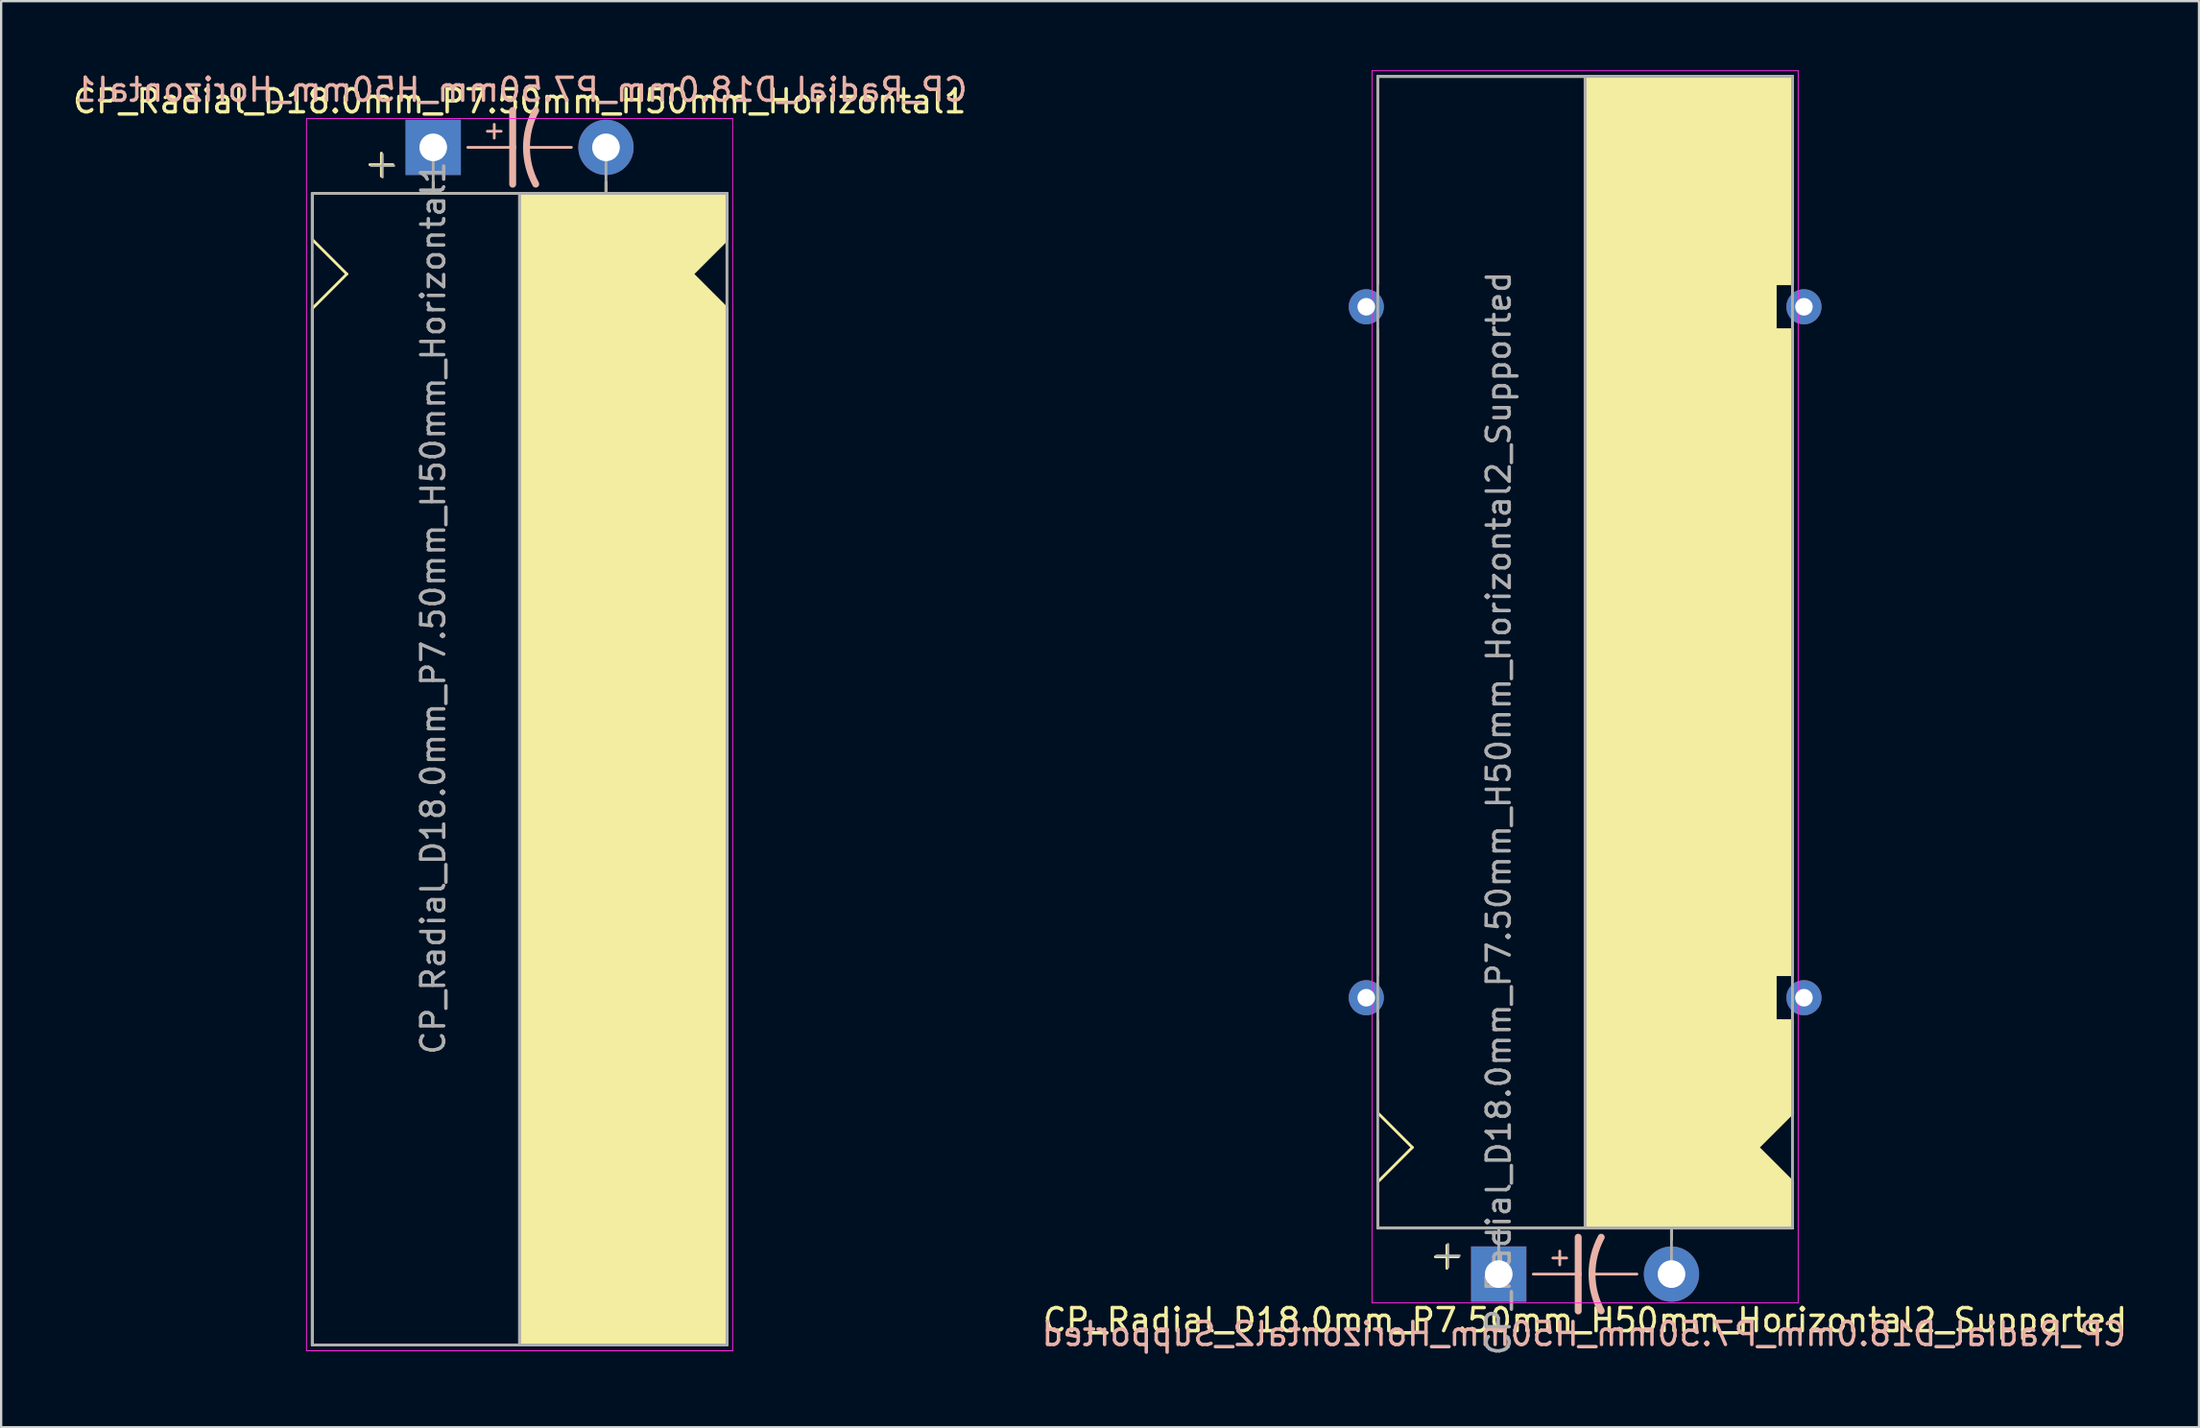
<source format=kicad_pcb>
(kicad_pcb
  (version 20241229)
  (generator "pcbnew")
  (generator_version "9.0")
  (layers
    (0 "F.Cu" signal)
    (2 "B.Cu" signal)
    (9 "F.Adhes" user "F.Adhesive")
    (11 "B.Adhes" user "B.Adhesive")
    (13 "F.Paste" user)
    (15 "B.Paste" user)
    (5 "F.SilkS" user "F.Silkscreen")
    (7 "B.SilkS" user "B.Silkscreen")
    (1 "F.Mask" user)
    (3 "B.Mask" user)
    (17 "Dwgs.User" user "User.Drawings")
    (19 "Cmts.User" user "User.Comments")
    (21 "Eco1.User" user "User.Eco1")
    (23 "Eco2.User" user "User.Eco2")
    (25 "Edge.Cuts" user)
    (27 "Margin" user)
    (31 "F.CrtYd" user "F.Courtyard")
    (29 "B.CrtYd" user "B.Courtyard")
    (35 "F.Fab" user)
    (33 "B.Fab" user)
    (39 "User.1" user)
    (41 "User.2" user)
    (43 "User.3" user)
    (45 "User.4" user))
  (footprint "CP_Radial_D18.0mm_P7.50mm_H50mm_Horizontal2_Supported"
    (layer "F.Cu")
    (at 62.011 52.27)
    (property "Reference" "CP_Radial_D18.0mm_P7.50mm_H50mm_Horizontal2_Supported" (at 3.75 2 0) (layer "F.SilkS") (effects (font (size 1 1) (thickness 0.15))))
    (fp_line (start -5.25 -52) (end 12.75 -52) (stroke (width 0.12) (type solid)) (layer "F.SilkS"))
    (fp_line (start -5.25 -43) (end -5.25 -52) (stroke (width 0.12) (type solid)) (layer "F.SilkS"))
    (fp_line (start -5.25 -13) (end -5.25 -41) (stroke (width 0.12) (type solid)) (layer "F.SilkS"))
    (fp_line (start -5.25 -11) (end -5.25 -7) (stroke (width 0.12) (type solid)) (layer "F.SilkS"))
    (fp_line (start -5.25 -7) (end -3.75 -5.5) (stroke (width 0.12) (type solid)) (layer "F.SilkS"))
    (fp_line (start -5.25 -4) (end -3.75 -5.5) (stroke (width 0.12) (type solid)) (layer "F.SilkS"))
    (fp_line (start -5.25 -2) (end -5.25 -4) (stroke (width 0.12) (type solid)) (layer "F.SilkS"))
    (fp_line (start -5.25 -2) (end 12.75 -2) (stroke (width 0.12) (type solid)) (layer "F.SilkS"))
    (fp_line (start -2.25 -1.25) (end -2.25 -0.25) (stroke (width 0.12) (type solid)) (layer "F.SilkS"))
    (fp_line (start -1.75 -0.75) (end -2.75 -0.75) (stroke (width 0.12) (type solid)) (layer "F.SilkS"))
    (fp_line (start 0 -1.5) (end 0 -2) (stroke (width 0.12) (type solid)) (layer "F.SilkS"))
    (fp_line (start 3.75 -2) (end 3.75 -52) (stroke (width 0.12) (type solid)) (layer "F.SilkS"))
    (fp_line (start 7.5 -1.5) (end 7.5 -2) (stroke (width 0.12) (type solid)) (layer "F.SilkS"))
    (fp_line (start 12 -43) (end 12.75 -43) (stroke (width 0.12) (type solid)) (layer "F.SilkS"))
    (fp_line (start 12 -41) (end 12 -43) (stroke (width 0.12) (type solid)) (layer "F.SilkS"))
    (fp_line (start 12 -13) (end 12.75 -13) (stroke (width 0.12) (type solid)) (layer "F.SilkS"))
    (fp_line (start 12 -11) (end 12 -13) (stroke (width 0.12) (type solid)) (layer "F.SilkS"))
    (fp_line (start 12.25 -11) (end 12 -11) (stroke (width 0.12) (type solid)) (layer "F.SilkS"))
    (fp_line (start 12.75 -43) (end 12.75 -52) (stroke (width 0.12) (type solid)) (layer "F.SilkS"))
    (fp_line (start 12.75 -41) (end 12 -41) (stroke (width 0.12) (type solid)) (layer "F.SilkS"))
    (fp_line (start 12.75 -13) (end 12.75 -41) (stroke (width 0.12) (type solid)) (layer "F.SilkS"))
    (fp_line (start 12.75 -11) (end 12.25 -11) (stroke (width 0.12) (type solid)) (layer "F.SilkS"))
    (fp_line (start 12.75 -11) (end 12.75 -7) (stroke (width 0.12) (type solid)) (layer "F.SilkS"))
    (fp_line (start 12.75 -7) (end 11.25 -5.5) (stroke (width 0.12) (type solid)) (layer "F.SilkS"))
    (fp_line (start 12.75 -4) (end 11.25 -5.5) (stroke (width 0.12) (type solid)) (layer "F.SilkS"))
    (fp_line (start 12.75 -2) (end 12.75 -4) (stroke (width 0.12) (type solid)) (layer "F.SilkS"))
    (fp_poly (pts (xy 12.75 -4) (xy 11.25 -5.5) (xy 12.75 -7) (xy 12.75 -11) (xy 12 -11) (xy 12 -13) (xy 12.75 -13) (xy 12.75 -41) (xy 12 -41) (xy 12 -43) (xy 12.75 -43) (xy 12.75 -52) (xy 3.75 -52) (xy 3.75 -2) (xy 12.75 -2)) (stroke (width 0.1) (type solid)) (fill yes) (layer "F.SilkS"))
    (fp_line (start 1.5 0) (end 3.45 0) (stroke (width 0.12) (type solid)) (layer "B.SilkS"))
    (fp_line (start 2.35 -0.7) (end 2.95 -0.7) (stroke (width 0.12) (type solid)) (layer "B.SilkS"))
    (fp_line (start 2.65 -0.4) (end 2.65 -1) (stroke (width 0.12) (type solid)) (layer "B.SilkS"))
    (fp_line (start 3.45 0) (end 3.45 -1.6) (stroke (width 0.3) (type solid)) (layer "B.SilkS"))
    (fp_line (start 3.45 0) (end 3.45 1.6) (stroke (width 0.3) (type solid)) (layer "B.SilkS"))
    (fp_line (start 6 0) (end 4.05 0) (stroke (width 0.12) (type solid)) (layer "B.SilkS"))
    (fp_arc (start 4.05 0) (mid 4.150512 -0.824872) (end 4.45 -1.6) (stroke (width 0.3) (type solid)) (layer "B.SilkS"))
    (fp_arc (start 4.45 1.596157) (mid 4.151652 0.822725) (end 4.05 0) (stroke (width 0.3) (type solid)) (layer "B.SilkS"))
    (fp_line (start -5.5 -52.25) (end 13 -52.25) (stroke (width 0.04) (type solid)) (layer "F.CrtYd"))
    (fp_line (start -5.5 1.25) (end -5.5 -52.25) (stroke (width 0.04) (type solid)) (layer "F.CrtYd"))
    (fp_line (start 13 -52.25) (end 13 1.25) (stroke (width 0.04) (type solid)) (layer "F.CrtYd"))
    (fp_line (start 13 1.25) (end -5.5 1.25) (stroke (width 0.04) (type solid)) (layer "F.CrtYd"))
    (fp_line (start -5.25 -52) (end 12.75 -52) (stroke (width 0.12) (type solid)) (layer "F.Fab"))
    (fp_line (start -5.25 -2) (end -5.25 -52) (stroke (width 0.12) (type solid)) (layer "F.Fab"))
    (fp_line (start -2.7 -0.8) (end -1.7 -0.8) (stroke (width 0.1) (type solid)) (layer "F.Fab"))
    (fp_line (start -2.2 -0.3) (end -2.2 -1.3) (stroke (width 0.1) (type solid)) (layer "F.Fab"))
    (fp_line (start 0 0) (end 0 -2) (stroke (width 0.12) (type solid)) (layer "F.Fab"))
    (fp_line (start 3.75 -2) (end 3.75 -52) (stroke (width 0.12) (type solid)) (layer "F.Fab"))
    (fp_line (start 7.5 0) (end 7.5 -2) (stroke (width 0.12) (type solid)) (layer "F.Fab"))
    (fp_line (start 12.75 -52) (end 12.75 -2) (stroke (width 0.12) (type solid)) (layer "F.Fab"))
    (fp_line (start 12.75 -2) (end -5.25 -2) (stroke (width 0.12) (type solid)) (layer "F.Fab"))
    (fp_poly (pts (xy 12.75 -52) (xy 3.75 -52) (xy 3.75 -2) (xy 12.75 -2)) (stroke (width 0.1) (type solid)) (fill no) (layer "F.Fab"))
    (fp_text user "${REFERENCE}" (at 3.7 2.6 0) (layer "B.SilkS") (effects (font (size 1 1) (thickness 0.15)) (justify mirror)))
    (fp_text user "${REFERENCE}" (at 0 -20 90) (layer "F.Fab") (effects (font (size 1 1) (thickness 0.15))))
    (pad "1" thru_hole rect (at 0 0) (size 2.4 2.4) (drill 1.2) (layers "*.Cu" "*.Mask"))
    (pad "2" thru_hole circle (at 7.5 0) (size 2.4 2.4) (drill 1.2) (layers "*.Cu" "*.Mask"))
    (pad "~" thru_hole circle (at -5.75 -42 180) (size 1.524 1.524) (drill 0.762) (layers "*.Cu" "*.Mask"))
    (pad "~" thru_hole circle (at -5.75 -12 180) (size 1.524 1.524) (drill 0.762) (layers "*.Cu" "*.Mask"))
    (pad "~" thru_hole circle (at 13.25 -42 180) (size 1.524 1.524) (drill 0.762) (layers "*.Cu" "*.Mask"))
    (pad "~" thru_hole circle (at 13.25 -12 180) (size 1.524 1.524) (drill 0.762) (layers "*.Cu" "*.Mask")))
  (footprint "CP_Radial_D18.0mm_P7.50mm_H50mm_Horizontal1"
    (layer "F.Cu")
    (at 15.756 3.348)
    (property "Reference" "CP_Radial_D18.0mm_P7.50mm_H50mm_Horizontal1" (at 3.75 -2 0) (layer "F.SilkS") (effects (font (size 1 1) (thickness 0.15))))
    (fp_line (start -5.25 2) (end -5.25 4) (stroke (width 0.12) (type solid)) (layer "F.SilkS"))
    (fp_line (start -5.25 2) (end 12.75 2) (stroke (width 0.12) (type solid)) (layer "F.SilkS"))
    (fp_line (start -5.25 4) (end -3.75 5.5) (stroke (width 0.12) (type solid)) (layer "F.SilkS"))
    (fp_line (start -5.25 7) (end -5.25 52) (stroke (width 0.12) (type solid)) (layer "F.SilkS"))
    (fp_line (start -5.25 7) (end -3.75 5.5) (stroke (width 0.12) (type solid)) (layer "F.SilkS"))
    (fp_line (start -5.25 52) (end 12.75 52) (stroke (width 0.12) (type solid)) (layer "F.SilkS"))
    (fp_line (start -2.25 0.25) (end -2.25 1.25) (stroke (width 0.12) (type solid)) (layer "F.SilkS"))
    (fp_line (start -1.75 0.75) (end -2.75 0.75) (stroke (width 0.12) (type solid)) (layer "F.SilkS"))
    (fp_line (start 0 1.5) (end 0 2) (stroke (width 0.12) (type solid)) (layer "F.SilkS"))
    (fp_line (start 3.75 2) (end 3.75 52) (stroke (width 0.12) (type solid)) (layer "F.SilkS"))
    (fp_line (start 7.5 1.5) (end 7.5 2) (stroke (width 0.12) (type solid)) (layer "F.SilkS"))
    (fp_line (start 12.75 2) (end 12.75 4) (stroke (width 0.12) (type solid)) (layer "F.SilkS"))
    (fp_line (start 12.75 4) (end 11.25 5.5) (stroke (width 0.12) (type solid)) (layer "F.SilkS"))
    (fp_line (start 12.75 7) (end 11.25 5.5) (stroke (width 0.12) (type solid)) (layer "F.SilkS"))
    (fp_line (start 12.75 52) (end 12.75 7) (stroke (width 0.12) (type solid)) (layer "F.SilkS"))
    (fp_poly (pts (xy 12.75 4) (xy 11.25 5.5) (xy 12.75 7) (xy 12.75 52) (xy 3.75 52) (xy 3.75 2) (xy 12.75 2)) (stroke (width 0.1) (type solid)) (fill yes) (layer "F.SilkS"))
    (fp_line (start 1.5 0) (end 3.45 0) (stroke (width 0.12) (type solid)) (layer "B.SilkS"))
    (fp_line (start 2.35 -0.7) (end 2.95 -0.7) (stroke (width 0.12) (type solid)) (layer "B.SilkS"))
    (fp_line (start 2.65 -0.4) (end 2.65 -1) (stroke (width 0.12) (type solid)) (layer "B.SilkS"))
    (fp_line (start 3.45 0) (end 3.45 -1.6) (stroke (width 0.3) (type solid)) (layer "B.SilkS"))
    (fp_line (start 3.45 0) (end 3.45 1.6) (stroke (width 0.3) (type solid)) (layer "B.SilkS"))
    (fp_line (start 6 0) (end 4.05 0) (stroke (width 0.12) (type solid)) (layer "B.SilkS"))
    (fp_arc (start 4.05 0) (mid 4.150512 -0.824872) (end 4.45 -1.6) (stroke (width 0.3) (type solid)) (layer "B.SilkS"))
    (fp_arc (start 4.45 1.596157) (mid 4.151652 0.822725) (end 4.05 0) (stroke (width 0.3) (type solid)) (layer "B.SilkS"))
    (fp_line (start -5.5 -1.25) (end -5.5 52.25) (stroke (width 0.04) (type solid)) (layer "F.CrtYd"))
    (fp_line (start -5.5 52.25) (end 13 52.25) (stroke (width 0.04) (type solid)) (layer "F.CrtYd"))
    (fp_line (start 13 -1.25) (end -5.5 -1.25) (stroke (width 0.04) (type solid)) (layer "F.CrtYd"))
    (fp_line (start 13 52.25) (end 13 -1.25) (stroke (width 0.04) (type solid)) (layer "F.CrtYd"))
    (fp_line (start -5.25 2) (end -5.25 52) (stroke (width 0.12) (type solid)) (layer "F.Fab"))
    (fp_line (start -5.25 52) (end 12.75 52) (stroke (width 0.12) (type solid)) (layer "F.Fab"))
    (fp_line (start -2.7 0.8) (end -1.7 0.8) (stroke (width 0.1) (type solid)) (layer "F.Fab"))
    (fp_line (start -2.2 1.3) (end -2.2 0.3) (stroke (width 0.1) (type solid)) (layer "F.Fab"))
    (fp_line (start 0 0) (end 0 2) (stroke (width 0.12) (type solid)) (layer "F.Fab"))
    (fp_line (start 3.75 2) (end 3.75 52) (stroke (width 0.12) (type solid)) (layer "F.Fab"))
    (fp_line (start 7.5 0) (end 7.5 2) (stroke (width 0.12) (type solid)) (layer "F.Fab"))
    (fp_line (start 12.75 2) (end -5.25 2) (stroke (width 0.12) (type solid)) (layer "F.Fab"))
    (fp_line (start 12.75 52) (end 12.75 2) (stroke (width 0.12) (type solid)) (layer "F.Fab"))
    (fp_poly (pts (xy 12.75 52) (xy 3.75 52) (xy 3.75 2) (xy 12.75 2)) (stroke (width 0.1) (type solid)) (fill no) (layer "F.Fab"))
    (fp_text user "${REFERENCE}" (at 3.8 -2.5 0) (layer "B.SilkS") (effects (font (size 1 1) (thickness 0.15)) (justify mirror)))
    (fp_text user "${REFERENCE}" (at 0 20 90) (layer "F.Fab") (effects (font (size 1 1) (thickness 0.15))))
    (pad "1" thru_hole rect (at 0 0) (size 2.4 2.4) (drill 1.2) (layers "*.Cu" "*.Mask"))
    (pad "2" thru_hole circle (at 7.5 0) (size 2.4 2.4) (drill 1.2) (layers "*.Cu" "*.Mask")))
  (gr_rect
    (start -3 -3)
    (end 92.41 58.919)
    (stroke (width 0.1) (type default))
    (fill no)
    (layer "Edge.Cuts")))
</source>
